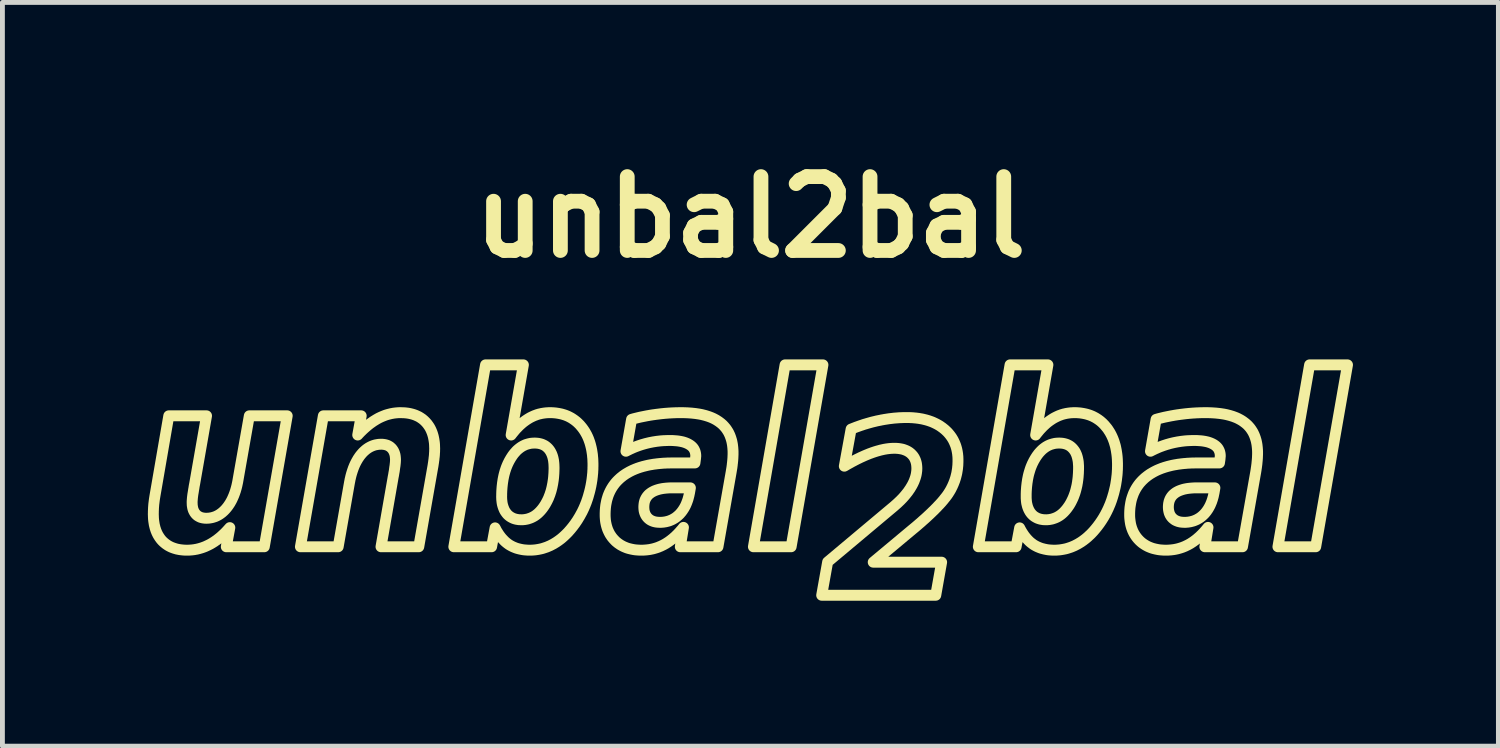
<source format=kicad_pcb>
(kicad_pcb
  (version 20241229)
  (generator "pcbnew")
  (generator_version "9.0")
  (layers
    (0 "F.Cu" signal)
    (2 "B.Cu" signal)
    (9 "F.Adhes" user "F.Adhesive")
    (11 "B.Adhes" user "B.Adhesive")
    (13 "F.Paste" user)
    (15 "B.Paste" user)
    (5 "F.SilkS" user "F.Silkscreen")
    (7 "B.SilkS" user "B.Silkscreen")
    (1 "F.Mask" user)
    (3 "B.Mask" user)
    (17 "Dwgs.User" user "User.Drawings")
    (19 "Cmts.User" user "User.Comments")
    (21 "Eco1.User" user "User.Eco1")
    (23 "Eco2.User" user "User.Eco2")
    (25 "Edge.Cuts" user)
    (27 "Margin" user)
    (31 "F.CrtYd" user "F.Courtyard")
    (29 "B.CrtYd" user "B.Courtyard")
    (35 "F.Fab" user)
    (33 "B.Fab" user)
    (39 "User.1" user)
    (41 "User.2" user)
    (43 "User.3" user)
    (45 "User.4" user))
  (footprint "unbal2bal"
    (layer "F.Cu")
    (at 12.427 6.851)
    (property "Reference" "unbal2bal" (at 0 -5.424 0) (layer "F.SilkS") (effects (font (size 1.524 1.524) (thickness 0.305))))
    (attr exclude_from_pos_files exclude_from_bom)
    (fp_poly (pts (xy 0.715 -2.376) (xy 1.496 -2.376) (xy 0.84 1.376) (xy 0.062 1.376) (xy 0.715 -2.376)) (stroke (width 0.225) (type solid)) (fill no) (layer "F.SilkS"))
    (fp_poly (pts (xy 11.533 -2.376) (xy 12.315 -2.376) (xy 11.659 1.376) (xy 10.88 1.376) (xy 11.533 -2.376)) (stroke (width 0.225) (type solid)) (fill no) (layer "F.SilkS"))
    (fp_poly (pts (xy -1.61 0.161) (xy -1.642 0.161) (xy -1.673 0.162) (xy -1.703 0.164) (xy -1.732 0.166) (xy -1.761 0.169) (xy -1.788 0.172) (xy -1.815 0.176) (xy -1.841 0.181) (xy -1.866 0.186) (xy -1.89 0.192) (xy -1.913 0.199) (xy -1.936 0.206) (xy -1.957 0.214) (xy -1.978 0.222) (xy -1.997 0.231) (xy -2.016 0.241) (xy -2.034 0.251) (xy -2.051 0.262) (xy -2.07 0.276) (xy -2.088 0.29) (xy -2.104 0.305) (xy -2.119 0.322) (xy -2.133 0.339) (xy -2.145 0.357) (xy -2.156 0.375) (xy -2.166 0.395) (xy -2.175 0.415) (xy -2.182 0.437) (xy -2.188 0.459) (xy -2.192 0.482) (xy -2.195 0.506) (xy -2.197 0.531) (xy -2.198 0.556) (xy -2.197 0.582) (xy -2.195 0.608) (xy -2.192 0.632) (xy -2.187 0.655) (xy -2.18 0.677) (xy -2.172 0.698) (xy -2.163 0.718) (xy -2.152 0.737) (xy -2.14 0.755) (xy -2.126 0.772) (xy -2.111 0.788) (xy -2.095 0.802) (xy -2.077 0.816) (xy -2.058 0.828) (xy -2.038 0.838) (xy -2.017 0.847) (xy -1.995 0.855) (xy -1.971 0.861) (xy -1.947 0.866) (xy -1.922 0.869) (xy -1.895 0.871) (xy -1.868 0.872) (xy -1.842 0.872) (xy -1.816 0.87) (xy -1.791 0.868) (xy -1.766 0.864) (xy -1.742 0.86) (xy -1.718 0.854) (xy -1.695 0.848) (xy -1.672 0.841) (xy -1.65 0.832) (xy -1.628 0.823) (xy -1.607 0.813) (xy -1.586 0.801) (xy -1.565 0.789) (xy -1.545 0.776) (xy -1.526 0.762) (xy -1.507 0.746) (xy -1.488 0.73) (xy -1.47 0.713) (xy -1.454 0.697) (xy -1.439 0.679) (xy -1.424 0.662) (xy -1.41 0.643) (xy -1.396 0.624) (xy -1.383 0.604) (xy -1.37 0.584) (xy -1.358 0.563) (xy -1.346 0.541) (xy -1.335 0.519) (xy -1.325 0.496) (xy -1.315 0.472) (xy -1.306 0.448) (xy -1.297 0.423) (xy -1.288 0.397) (xy -1.281 0.371) (xy -1.274 0.344) (xy -1.267 0.317) (xy -1.261 0.288) (xy -1.255 0.26) (xy -1.238 0.161) (xy -1.61 0.161)) (stroke (width 0.225) (type solid)) (fill no) (layer "F.SilkS"))
    (fp_poly (pts (xy 9.209 0.161) (xy 9.177 0.161) (xy 9.145 0.162) (xy 9.115 0.164) (xy 9.086 0.166) (xy 9.057 0.169) (xy 9.03 0.172) (xy 9.003 0.176) (xy 8.977 0.181) (xy 8.952 0.186) (xy 8.928 0.192) (xy 8.905 0.199) (xy 8.883 0.206) (xy 8.861 0.214) (xy 8.841 0.222) (xy 8.821 0.231) (xy 8.802 0.241) (xy 8.784 0.251) (xy 8.767 0.262) (xy 8.748 0.276) (xy 8.731 0.29) (xy 8.714 0.305) (xy 8.699 0.322) (xy 8.685 0.339) (xy 8.673 0.357) (xy 8.662 0.375) (xy 8.652 0.395) (xy 8.644 0.415) (xy 8.636 0.437) (xy 8.631 0.459) (xy 8.626 0.482) (xy 8.623 0.506) (xy 8.621 0.531) (xy 8.62 0.556) (xy 8.621 0.582) (xy 8.623 0.608) (xy 8.627 0.632) (xy 8.632 0.655) (xy 8.638 0.677) (xy 8.646 0.698) (xy 8.655 0.718) (xy 8.666 0.737) (xy 8.678 0.755) (xy 8.692 0.772) (xy 8.707 0.788) (xy 8.724 0.802) (xy 8.742 0.816) (xy 8.76 0.828) (xy 8.78 0.838) (xy 8.802 0.847) (xy 8.824 0.855) (xy 8.847 0.861) (xy 8.871 0.866) (xy 8.897 0.869) (xy 8.923 0.871) (xy 8.951 0.872) (xy 8.977 0.872) (xy 9.002 0.87) (xy 9.027 0.868) (xy 9.052 0.864) (xy 9.076 0.86) (xy 9.1 0.854) (xy 9.123 0.848) (xy 9.146 0.841) (xy 9.168 0.832) (xy 9.19 0.823) (xy 9.211 0.813) (xy 9.232 0.801) (xy 9.253 0.789) (xy 9.273 0.776) (xy 9.292 0.762) (xy 9.312 0.746) (xy 9.33 0.73) (xy 9.348 0.713) (xy 9.364 0.697) (xy 9.38 0.679) (xy 9.394 0.662) (xy 9.409 0.643) (xy 9.422 0.624) (xy 9.436 0.604) (xy 9.448 0.584) (xy 9.46 0.563) (xy 9.472 0.541) (xy 9.483 0.519) (xy 9.493 0.496) (xy 9.503 0.472) (xy 9.513 0.448) (xy 9.521 0.423) (xy 9.53 0.397) (xy 9.537 0.371) (xy 9.545 0.344) (xy 9.551 0.317) (xy 9.557 0.288) (xy 9.563 0.26) (xy 9.58 0.161) (xy 9.209 0.161)) (stroke (width 0.225) (type solid)) (fill no) (layer "F.SilkS"))
    (fp_poly (pts (xy -4.451 -0.763) (xy -4.473 -0.762) (xy -4.496 -0.761) (xy -4.518 -0.759) (xy -4.54 -0.756) (xy -4.562 -0.751) (xy -4.583 -0.746) (xy -4.604 -0.74) (xy -4.624 -0.734) (xy -4.645 -0.726) (xy -4.664 -0.717) (xy -4.684 -0.708) (xy -4.703 -0.697) (xy -4.722 -0.686) (xy -4.741 -0.673) (xy -4.759 -0.66) (xy -4.777 -0.646) (xy -4.795 -0.631) (xy -4.813 -0.615) (xy -4.83 -0.598) (xy -4.846 -0.58) (xy -4.863 -0.561) (xy -4.879 -0.542) (xy -4.895 -0.521) (xy -4.91 -0.5) (xy -4.925 -0.477) (xy -4.94 -0.454) (xy -4.951 -0.435) (xy -4.962 -0.416) (xy -4.973 -0.397) (xy -4.983 -0.377) (xy -4.993 -0.357) (xy -5.003 -0.337) (xy -5.012 -0.316) (xy -5.021 -0.295) (xy -5.03 -0.273) (xy -5.038 -0.252) (xy -5.046 -0.229) (xy -5.053 -0.207) (xy -5.061 -0.184) (xy -5.067 -0.161) (xy -5.074 -0.137) (xy -5.08 -0.114) (xy -5.086 -0.089) (xy -5.091 -0.065) (xy -5.096 -0.04) (xy -5.101 -0.015) (xy -5.105 0.011) (xy -5.109 0.037) (xy -5.113 0.063) (xy -5.116 0.09) (xy -5.119 0.116) (xy -5.122 0.144) (xy -5.124 0.171) (xy -5.126 0.199) (xy -5.128 0.228) (xy -5.129 0.256) (xy -5.13 0.285) (xy -5.13 0.314) (xy -5.131 0.344) (xy -5.13 0.373) (xy -5.129 0.402) (xy -5.126 0.429) (xy -5.123 0.456) (xy -5.119 0.482) (xy -5.114 0.506) (xy -5.107 0.531) (xy -5.1 0.554) (xy -5.092 0.576) (xy -5.083 0.598) (xy -5.074 0.619) (xy -5.063 0.639) (xy -5.051 0.658) (xy -5.038 0.676) (xy -5.024 0.694) (xy -5.009 0.711) (xy -4.992 0.727) (xy -4.974 0.742) (xy -4.956 0.755) (xy -4.936 0.767) (xy -4.916 0.778) (xy -4.895 0.788) (xy -4.874 0.796) (xy -4.851 0.803) (xy -4.828 0.809) (xy -4.803 0.813) (xy -4.778 0.817) (xy -4.752 0.818) (xy -4.725 0.819) (xy -4.702 0.819) (xy -4.679 0.817) (xy -4.656 0.815) (xy -4.634 0.811) (xy -4.612 0.807) (xy -4.59 0.802) (xy -4.569 0.795) (xy -4.548 0.788) (xy -4.527 0.78) (xy -4.507 0.771) (xy -4.487 0.761) (xy -4.467 0.75) (xy -4.447 0.738) (xy -4.428 0.725) (xy -4.41 0.711) (xy -4.391 0.696) (xy -4.373 0.68) (xy -4.356 0.663) (xy -4.338 0.645) (xy -4.321 0.626) (xy -4.304 0.606) (xy -4.288 0.586) (xy -4.272 0.564) (xy -4.256 0.541) (xy -4.241 0.518) (xy -4.229 0.499) (xy -4.218 0.479) (xy -4.207 0.459) (xy -4.196 0.439) (xy -4.186 0.419) (xy -4.176 0.398) (xy -4.166 0.377) (xy -4.157 0.355) (xy -4.149 0.333) (xy -4.14 0.311) (xy -4.132 0.289) (xy -4.125 0.266) (xy -4.117 0.243) (xy -4.11 0.219) (xy -4.104 0.196) (xy -4.098 0.172) (xy -4.092 0.147) (xy -4.087 0.122) (xy -4.082 0.097) (xy -4.077 0.072) (xy -4.073 0.046) (xy -4.069 0.02) (xy -4.065 -0.006) (xy -4.062 -0.033) (xy -4.059 -0.06) (xy -4.057 -0.088) (xy -4.055 -0.115) (xy -4.053 -0.143) (xy -4.052 -0.172) (xy -4.051 -0.2) (xy -4.05 -0.229) (xy -4.05 -0.259) (xy -4.051 -0.289) (xy -4.052 -0.318) (xy -4.054 -0.347) (xy -4.057 -0.374) (xy -4.06 -0.401) (xy -4.065 -0.427) (xy -4.07 -0.451) (xy -4.076 -0.475) (xy -4.083 -0.498) (xy -4.091 -0.52) (xy -4.099 -0.541) (xy -4.109 -0.561) (xy -4.119 -0.581) (xy -4.13 -0.599) (xy -4.141 -0.616) (xy -4.154 -0.633) (xy -4.169 -0.651) (xy -4.185 -0.667) (xy -4.202 -0.682) (xy -4.219 -0.696) (xy -4.238 -0.709) (xy -4.258 -0.72) (xy -4.279 -0.73) (xy -4.3 -0.739) (xy -4.323 -0.746) (xy -4.347 -0.752) (xy -4.371 -0.757) (xy -4.397 -0.76) (xy -4.423 -0.762) (xy -4.451 -0.763)) (stroke (width 0.225) (type solid)) (fill no) (layer "F.SilkS"))
    (fp_poly (pts (xy 6.368 -0.763) (xy 6.345 -0.762) (xy 6.322 -0.761) (xy 6.3 -0.759) (xy 6.278 -0.756) (xy 6.257 -0.751) (xy 6.235 -0.746) (xy 6.215 -0.74) (xy 6.194 -0.734) (xy 6.174 -0.726) (xy 6.154 -0.717) (xy 6.134 -0.708) (xy 6.115 -0.697) (xy 6.096 -0.686) (xy 6.077 -0.673) (xy 6.059 -0.66) (xy 6.041 -0.646) (xy 6.023 -0.631) (xy 6.006 -0.615) (xy 5.989 -0.598) (xy 5.972 -0.58) (xy 5.955 -0.561) (xy 5.939 -0.542) (xy 5.924 -0.521) (xy 5.908 -0.5) (xy 5.893 -0.477) (xy 5.878 -0.454) (xy 5.867 -0.435) (xy 5.856 -0.416) (xy 5.845 -0.397) (xy 5.835 -0.377) (xy 5.825 -0.357) (xy 5.815 -0.337) (xy 5.806 -0.316) (xy 5.797 -0.295) (xy 5.788 -0.273) (xy 5.78 -0.252) (xy 5.772 -0.229) (xy 5.765 -0.207) (xy 5.758 -0.184) (xy 5.751 -0.161) (xy 5.744 -0.137) (xy 5.738 -0.114) (xy 5.732 -0.089) (xy 5.727 -0.065) (xy 5.722 -0.04) (xy 5.717 -0.015) (xy 5.713 0.011) (xy 5.709 0.037) (xy 5.705 0.063) (xy 5.702 0.09) (xy 5.699 0.116) (xy 5.696 0.144) (xy 5.694 0.171) (xy 5.692 0.199) (xy 5.69 0.228) (xy 5.689 0.256) (xy 5.688 0.285) (xy 5.688 0.314) (xy 5.688 0.344) (xy 5.688 0.373) (xy 5.69 0.402) (xy 5.692 0.429) (xy 5.695 0.456) (xy 5.699 0.482) (xy 5.705 0.506) (xy 5.711 0.531) (xy 5.718 0.554) (xy 5.726 0.576) (xy 5.735 0.598) (xy 5.745 0.619) (xy 5.756 0.639) (xy 5.767 0.658) (xy 5.78 0.676) (xy 5.794 0.694) (xy 5.81 0.711) (xy 5.826 0.727) (xy 5.844 0.742) (xy 5.862 0.755) (xy 5.882 0.767) (xy 5.902 0.778) (xy 5.923 0.788) (xy 5.945 0.796) (xy 5.967 0.803) (xy 5.991 0.809) (xy 6.015 0.813) (xy 6.04 0.817) (xy 6.066 0.818) (xy 6.093 0.819) (xy 6.116 0.819) (xy 6.139 0.817) (xy 6.162 0.815) (xy 6.184 0.811) (xy 6.206 0.807) (xy 6.228 0.802) (xy 6.249 0.795) (xy 6.27 0.788) (xy 6.291 0.78) (xy 6.312 0.771) (xy 6.332 0.761) (xy 6.351 0.75) (xy 6.371 0.738) (xy 6.39 0.725) (xy 6.409 0.711) (xy 6.427 0.696) (xy 6.445 0.68) (xy 6.463 0.663) (xy 6.48 0.645) (xy 6.497 0.626) (xy 6.514 0.606) (xy 6.53 0.586) (xy 6.546 0.564) (xy 6.562 0.541) (xy 6.578 0.518) (xy 6.589 0.499) (xy 6.601 0.479) (xy 6.612 0.459) (xy 6.622 0.439) (xy 6.632 0.419) (xy 6.642 0.398) (xy 6.652 0.377) (xy 6.661 0.355) (xy 6.67 0.333) (xy 6.678 0.311) (xy 6.686 0.289) (xy 6.694 0.266) (xy 6.701 0.243) (xy 6.708 0.219) (xy 6.714 0.196) (xy 6.72 0.172) (xy 6.726 0.147) (xy 6.732 0.122) (xy 6.737 0.097) (xy 6.741 0.072) (xy 6.746 0.046) (xy 6.749 0.02) (xy 6.753 -0.006) (xy 6.756 -0.033) (xy 6.759 -0.06) (xy 6.761 -0.088) (xy 6.763 -0.115) (xy 6.765 -0.143) (xy 6.766 -0.172) (xy 6.767 -0.2) (xy 6.768 -0.229) (xy 6.768 -0.259) (xy 6.768 -0.289) (xy 6.766 -0.318) (xy 6.764 -0.347) (xy 6.762 -0.374) (xy 6.758 -0.401) (xy 6.753 -0.427) (xy 6.748 -0.451) (xy 6.742 -0.475) (xy 6.735 -0.498) (xy 6.728 -0.52) (xy 6.719 -0.541) (xy 6.71 -0.561) (xy 6.7 -0.581) (xy 6.689 -0.599) (xy 6.677 -0.616) (xy 6.664 -0.633) (xy 6.649 -0.651) (xy 6.633 -0.667) (xy 6.617 -0.682) (xy 6.599 -0.696) (xy 6.58 -0.709) (xy 6.56 -0.72) (xy 6.54 -0.73) (xy 6.518 -0.739) (xy 6.495 -0.746) (xy 6.472 -0.752) (xy 6.447 -0.757) (xy 6.422 -0.76) (xy 6.395 -0.762) (xy 6.368 -0.763)) (stroke (width 0.225) (type solid)) (fill no) (layer "F.SilkS"))
    (fp_poly (pts (xy -12.281 0.325) (xy -11.996 -1.325) (xy -11.217 -1.325) (xy -11.463 0.081) (xy -11.469 0.111) (xy -11.474 0.14) (xy -11.478 0.168) (xy -11.483 0.195) (xy -11.487 0.221) (xy -11.491 0.246) (xy -11.495 0.27) (xy -11.499 0.293) (xy -11.502 0.315) (xy -11.506 0.346) (xy -11.509 0.375) (xy -11.511 0.401) (xy -11.513 0.426) (xy -11.514 0.447) (xy -11.514 0.467) (xy -11.513 0.494) (xy -11.512 0.52) (xy -11.508 0.545) (xy -11.504 0.569) (xy -11.499 0.591) (xy -11.492 0.613) (xy -11.484 0.633) (xy -11.474 0.652) (xy -11.464 0.67) (xy -11.452 0.687) (xy -11.439 0.703) (xy -11.423 0.719) (xy -11.406 0.734) (xy -11.387 0.746) (xy -11.367 0.757) (xy -11.346 0.767) (xy -11.324 0.774) (xy -11.3 0.78) (xy -11.276 0.784) (xy -11.25 0.787) (xy -11.222 0.788) (xy -11.198 0.787) (xy -11.175 0.786) (xy -11.151 0.783) (xy -11.128 0.779) (xy -11.106 0.775) (xy -11.084 0.769) (xy -11.062 0.762) (xy -11.04 0.755) (xy -11.019 0.746) (xy -10.998 0.736) (xy -10.977 0.725) (xy -10.957 0.713) (xy -10.937 0.7) (xy -10.918 0.686) (xy -10.898 0.671) (xy -10.88 0.655) (xy -10.861 0.638) (xy -10.843 0.62) (xy -10.825 0.601) (xy -10.807 0.58) (xy -10.794 0.564) (xy -10.78 0.546) (xy -10.767 0.528) (xy -10.755 0.51) (xy -10.742 0.491) (xy -10.73 0.472) (xy -10.719 0.452) (xy -10.707 0.431) (xy -10.696 0.41) (xy -10.686 0.389) (xy -10.676 0.367) (xy -10.666 0.344) (xy -10.656 0.321) (xy -10.647 0.297) (xy -10.638 0.273) (xy -10.63 0.249) (xy -10.621 0.224) (xy -10.614 0.198) (xy -10.606 0.172) (xy -10.599 0.145) (xy -10.592 0.118) (xy -10.586 0.09) (xy -10.58 0.062) (xy -10.574 0.033) (xy -10.569 0.004) (xy -10.335 -1.325) (xy -9.553 -1.325) (xy -10.026 1.376) (xy -10.81 1.376) (xy -10.737 0.981) (xy -10.756 1.002) (xy -10.774 1.022) (xy -10.792 1.042) (xy -10.811 1.062) (xy -10.829 1.081) (xy -10.848 1.1) (xy -10.867 1.118) (xy -10.886 1.135) (xy -10.904 1.152) (xy -10.923 1.169) (xy -10.942 1.185) (xy -10.962 1.201) (xy -10.981 1.216) (xy -11 1.231) (xy -11.019 1.245) (xy -11.039 1.258) (xy -11.058 1.272) (xy -11.078 1.284) (xy -11.098 1.297) (xy -11.117 1.308) (xy -11.137 1.32) (xy -11.157 1.33) (xy -11.18 1.342) (xy -11.204 1.353) (xy -11.227 1.364) (xy -11.25 1.374) (xy -11.274 1.383) (xy -11.298 1.392) (xy -11.322 1.4) (xy -11.346 1.407) (xy -11.37 1.414) (xy -11.394 1.42) (xy -11.418 1.426) (xy -11.443 1.43) (xy -11.468 1.435) (xy -11.492 1.438) (xy -11.517 1.441) (xy -11.542 1.443) (xy -11.567 1.445) (xy -11.592 1.446) (xy -11.618 1.446) (xy -11.646 1.446) (xy -11.674 1.445) (xy -11.702 1.443) (xy -11.729 1.44) (xy -11.755 1.437) (xy -11.781 1.433) (xy -11.806 1.428) (xy -11.831 1.423) (xy -11.855 1.416) (xy -11.879 1.409) (xy -11.902 1.401) (xy -11.924 1.393) (xy -11.946 1.384) (xy -11.967 1.374) (xy -11.988 1.363) (xy -12.008 1.352) (xy -12.028 1.339) (xy -12.047 1.326) (xy -12.065 1.313) (xy -12.083 1.298) (xy -12.101 1.283) (xy -12.118 1.267) (xy -12.134 1.251) (xy -12.149 1.234) (xy -12.163 1.217) (xy -12.176 1.199) (xy -12.189 1.181) (xy -12.201 1.162) (xy -12.213 1.143) (xy -12.224 1.123) (xy -12.234 1.103) (xy -12.244 1.082) (xy -12.253 1.06) (xy -12.262 1.038) (xy -12.269 1.015) (xy -12.277 0.992) (xy -12.283 0.968) (xy -12.289 0.944) (xy -12.295 0.919) (xy -12.299 0.893) (xy -12.303 0.867) (xy -12.307 0.84) (xy -12.31 0.813) (xy -12.312 0.785) (xy -12.313 0.757) (xy -12.314 0.728) (xy -12.315 0.699) (xy -12.314 0.674) (xy -12.314 0.65) (xy -12.313 0.624) (xy -12.312 0.599) (xy -12.311 0.573) (xy -12.309 0.547) (xy -12.307 0.52) (xy -12.305 0.496) (xy -12.302 0.473) (xy -12.299 0.449) (xy -12.296 0.424) (xy -12.293 0.4) (xy -12.289 0.375) (xy -12.285 0.35) (xy -12.281 0.325) (xy -12.281 0.325)) (stroke (width 0.225) (type solid)) (fill no) (layer "F.SilkS"))
    (fp_poly (pts (xy -6.551 -0.268) (xy -6.84 1.376) (xy -7.619 1.376) (xy -7.373 -0.032) (xy -7.368 -0.062) (xy -7.362 -0.091) (xy -7.357 -0.119) (xy -7.353 -0.146) (xy -7.348 -0.171) (xy -7.344 -0.196) (xy -7.341 -0.22) (xy -7.338 -0.242) (xy -7.335 -0.264) (xy -7.33 -0.295) (xy -7.327 -0.323) (xy -7.324 -0.35) (xy -7.322 -0.374) (xy -7.321 -0.396) (xy -7.32 -0.416) (xy -7.321 -0.443) (xy -7.323 -0.469) (xy -7.326 -0.495) (xy -7.33 -0.519) (xy -7.336 -0.541) (xy -7.343 -0.563) (xy -7.352 -0.584) (xy -7.361 -0.603) (xy -7.372 -0.621) (xy -7.384 -0.638) (xy -7.397 -0.654) (xy -7.414 -0.67) (xy -7.431 -0.685) (xy -7.449 -0.697) (xy -7.469 -0.708) (xy -7.49 -0.718) (xy -7.513 -0.725) (xy -7.536 -0.731) (xy -7.561 -0.735) (xy -7.587 -0.738) (xy -7.614 -0.739) (xy -7.638 -0.738) (xy -7.662 -0.737) (xy -7.685 -0.734) (xy -7.708 -0.73) (xy -7.731 -0.726) (xy -7.753 -0.72) (xy -7.775 -0.713) (xy -7.797 -0.705) (xy -7.818 -0.696) (xy -7.839 -0.686) (xy -7.859 -0.675) (xy -7.88 -0.663) (xy -7.899 -0.65) (xy -7.919 -0.636) (xy -7.938 -0.621) (xy -7.957 -0.604) (xy -7.976 -0.587) (xy -7.994 -0.569) (xy -8.012 -0.549) (xy -8.029 -0.529) (xy -8.043 -0.512) (xy -8.056 -0.495) (xy -8.069 -0.477) (xy -8.081 -0.458) (xy -8.094 -0.44) (xy -8.105 -0.42) (xy -8.117 -0.4) (xy -8.128 -0.38) (xy -8.139 -0.359) (xy -8.15 -0.337) (xy -8.16 -0.315) (xy -8.17 -0.293) (xy -8.179 -0.27) (xy -8.189 -0.246) (xy -8.197 -0.222) (xy -8.206 -0.197) (xy -8.214 -0.172) (xy -8.222 -0.147) (xy -8.23 -0.12) (xy -8.237 -0.094) (xy -8.244 -0.067) (xy -8.25 -0.039) (xy -8.257 -0.011) (xy -8.262 0.018) (xy -8.268 0.047) (xy -8.502 1.376) (xy -9.281 1.376) (xy -8.808 -1.325) (xy -8.027 -1.325) (xy -8.099 -0.929) (xy -8.08 -0.95) (xy -8.06 -0.971) (xy -8.041 -0.991) (xy -8.021 -1.01) (xy -8.002 -1.029) (xy -7.982 -1.048) (xy -7.962 -1.066) (xy -7.943 -1.083) (xy -7.923 -1.1) (xy -7.904 -1.117) (xy -7.884 -1.133) (xy -7.864 -1.149) (xy -7.845 -1.164) (xy -7.825 -1.178) (xy -7.805 -1.192) (xy -7.786 -1.206) (xy -7.766 -1.219) (xy -7.746 -1.231) (xy -7.727 -1.243) (xy -7.707 -1.255) (xy -7.687 -1.266) (xy -7.668 -1.277) (xy -7.645 -1.288) (xy -7.622 -1.299) (xy -7.599 -1.309) (xy -7.575 -1.319) (xy -7.552 -1.328) (xy -7.529 -1.337) (xy -7.505 -1.345) (xy -7.481 -1.352) (xy -7.458 -1.358) (xy -7.434 -1.364) (xy -7.41 -1.37) (xy -7.386 -1.374) (xy -7.362 -1.379) (xy -7.337 -1.382) (xy -7.313 -1.385) (xy -7.288 -1.387) (xy -7.264 -1.389) (xy -7.239 -1.39) (xy -7.214 -1.39) (xy -7.185 -1.389) (xy -7.157 -1.388) (xy -7.129 -1.387) (xy -7.101 -1.384) (xy -7.075 -1.381) (xy -7.049 -1.377) (xy -7.023 -1.372) (xy -6.998 -1.366) (xy -6.974 -1.36) (xy -6.95 -1.353) (xy -6.927 -1.345) (xy -6.905 -1.337) (xy -6.883 -1.327) (xy -6.861 -1.317) (xy -6.84 -1.307) (xy -6.82 -1.295) (xy -6.801 -1.283) (xy -6.782 -1.27) (xy -6.763 -1.257) (xy -6.746 -1.242) (xy -6.728 -1.227) (xy -6.712 -1.211) (xy -6.696 -1.195) (xy -6.681 -1.178) (xy -6.666 -1.161) (xy -6.653 -1.143) (xy -6.64 -1.125) (xy -6.627 -1.106) (xy -6.615 -1.087) (xy -6.604 -1.067) (xy -6.594 -1.047) (xy -6.584 -1.026) (xy -6.575 -1.004) (xy -6.566 -0.982) (xy -6.558 -0.959) (xy -6.551 -0.936) (xy -6.544 -0.912) (xy -6.538 -0.888) (xy -6.533 -0.863) (xy -6.528 -0.838) (xy -6.524 -0.812) (xy -6.52 -0.785) (xy -6.517 -0.758) (xy -6.515 -0.731) (xy -6.514 -0.703) (xy -6.513 -0.674) (xy -6.512 -0.645) (xy -6.513 -0.622) (xy -6.513 -0.599) (xy -6.514 -0.575) (xy -6.516 -0.551) (xy -6.517 -0.526) (xy -6.519 -0.5) (xy -6.522 -0.473) (xy -6.525 -0.45) (xy -6.527 -0.425) (xy -6.531 -0.401) (xy -6.534 -0.375) (xy -6.538 -0.349) (xy -6.542 -0.323) (xy -6.546 -0.296) (xy -6.551 -0.268) (xy -6.551 -0.268)) (stroke (width 0.225) (type solid)) (fill no) (layer "F.SilkS"))
    (fp_poly (pts (xy -5.266 0.986) (xy -5.338 1.376) (xy -6.117 1.376) (xy -5.463 -2.376) (xy -4.682 -2.376) (xy -4.935 -0.929) (xy -4.917 -0.953) (xy -4.899 -0.975) (xy -4.881 -0.997) (xy -4.863 -1.019) (xy -4.845 -1.04) (xy -4.827 -1.06) (xy -4.808 -1.079) (xy -4.79 -1.098) (xy -4.771 -1.117) (xy -4.753 -1.134) (xy -4.734 -1.151) (xy -4.715 -1.168) (xy -4.696 -1.184) (xy -4.677 -1.199) (xy -4.658 -1.213) (xy -4.639 -1.227) (xy -4.62 -1.24) (xy -4.6 -1.253) (xy -4.581 -1.265) (xy -4.561 -1.277) (xy -4.54 -1.289) (xy -4.518 -1.3) (xy -4.495 -1.311) (xy -4.473 -1.321) (xy -4.45 -1.331) (xy -4.427 -1.339) (xy -4.404 -1.348) (xy -4.381 -1.355) (xy -4.357 -1.362) (xy -4.333 -1.367) (xy -4.309 -1.373) (xy -4.285 -1.377) (xy -4.26 -1.381) (xy -4.236 -1.384) (xy -4.211 -1.387) (xy -4.186 -1.388) (xy -4.16 -1.39) (xy -4.135 -1.39) (xy -4.107 -1.39) (xy -4.081 -1.389) (xy -4.054 -1.387) (xy -4.028 -1.385) (xy -4.003 -1.382) (xy -3.977 -1.378) (xy -3.953 -1.374) (xy -3.928 -1.369) (xy -3.904 -1.364) (xy -3.88 -1.358) (xy -3.857 -1.351) (xy -3.834 -1.344) (xy -3.811 -1.336) (xy -3.789 -1.327) (xy -3.767 -1.318) (xy -3.746 -1.308) (xy -3.725 -1.297) (xy -3.704 -1.286) (xy -3.684 -1.274) (xy -3.664 -1.261) (xy -3.645 -1.248) (xy -3.625 -1.234) (xy -3.607 -1.22) (xy -3.588 -1.205) (xy -3.57 -1.189) (xy -3.553 -1.173) (xy -3.535 -1.155) (xy -3.518 -1.138) (xy -3.502 -1.119) (xy -3.486 -1.1) (xy -3.472 -1.083) (xy -3.459 -1.066) (xy -3.446 -1.048) (xy -3.433 -1.029) (xy -3.421 -1.011) (xy -3.409 -0.992) (xy -3.398 -0.972) (xy -3.387 -0.953) (xy -3.376 -0.933) (xy -3.366 -0.912) (xy -3.356 -0.891) (xy -3.347 -0.87) (xy -3.338 -0.849) (xy -3.33 -0.827) (xy -3.322 -0.804) (xy -3.314 -0.782) (xy -3.307 -0.759) (xy -3.3 -0.735) (xy -3.294 -0.712) (xy -3.288 -0.687) (xy -3.282 -0.663) (xy -3.277 -0.638) (xy -3.272 -0.613) (xy -3.268 -0.587) (xy -3.264 -0.561) (xy -3.26 -0.535) (xy -3.257 -0.509) (xy -3.255 -0.482) (xy -3.252 -0.454) (xy -3.25 -0.426) (xy -3.249 -0.398) (xy -3.248 -0.37) (xy -3.247 -0.341) (xy -3.247 -0.312) (xy -3.247 -0.286) (xy -3.248 -0.26) (xy -3.248 -0.234) (xy -3.249 -0.209) (xy -3.251 -0.183) (xy -3.252 -0.157) (xy -3.254 -0.132) (xy -3.257 -0.106) (xy -3.259 -0.081) (xy -3.262 -0.056) (xy -3.265 -0.03) (xy -3.268 -0.005) (xy -3.272 0.02) (xy -3.276 0.045) (xy -3.28 0.07) (xy -3.285 0.095) (xy -3.289 0.12) (xy -3.295 0.145) (xy -3.3 0.17) (xy -3.306 0.195) (xy -3.312 0.22) (xy -3.318 0.244) (xy -3.325 0.269) (xy -3.332 0.293) (xy -3.339 0.319) (xy -3.346 0.344) (xy -3.354 0.369) (xy -3.362 0.394) (xy -3.371 0.419) (xy -3.379 0.443) (xy -3.388 0.468) (xy -3.398 0.492) (xy -3.407 0.516) (xy -3.417 0.539) (xy -3.427 0.563) (xy -3.437 0.586) (xy -3.448 0.609) (xy -3.459 0.632) (xy -3.47 0.655) (xy -3.482 0.677) (xy -3.494 0.699) (xy -3.506 0.721) (xy -3.518 0.743) (xy -3.531 0.765) (xy -3.544 0.786) (xy -3.557 0.808) (xy -3.57 0.829) (xy -3.586 0.853) (xy -3.602 0.876) (xy -3.618 0.9) (xy -3.635 0.922) (xy -3.651 0.944) (xy -3.668 0.966) (xy -3.685 0.987) (xy -3.702 1.008) (xy -3.719 1.028) (xy -3.737 1.048) (xy -3.754 1.068) (xy -3.772 1.087) (xy -3.79 1.105) (xy -3.808 1.123) (xy -3.826 1.14) (xy -3.844 1.157) (xy -3.863 1.174) (xy -3.881 1.19) (xy -3.9 1.206) (xy -3.919 1.221) (xy -3.938 1.235) (xy -3.958 1.25) (xy -3.977 1.263) (xy -3.997 1.277) (xy -4.016 1.289) (xy -4.039 1.303) (xy -4.062 1.317) (xy -4.085 1.329) (xy -4.108 1.341) (xy -4.131 1.353) (xy -4.155 1.363) (xy -4.178 1.373) (xy -4.202 1.383) (xy -4.226 1.391) (xy -4.25 1.399) (xy -4.274 1.407) (xy -4.298 1.414) (xy -4.323 1.42) (xy -4.347 1.425) (xy -4.372 1.43) (xy -4.397 1.434) (xy -4.422 1.438) (xy -4.447 1.441) (xy -4.472 1.443) (xy -4.498 1.445) (xy -4.524 1.446) (xy -4.549 1.446) (xy -4.577 1.446) (xy -4.604 1.445) (xy -4.63 1.443) (xy -4.656 1.441) (xy -4.682 1.438) (xy -4.707 1.434) (xy -4.732 1.429) (xy -4.756 1.424) (xy -4.78 1.418) (xy -4.803 1.412) (xy -4.826 1.405) (xy -4.848 1.397) (xy -4.87 1.388) (xy -4.892 1.379) (xy -4.913 1.369) (xy -4.934 1.358) (xy -4.954 1.347) (xy -4.974 1.335) (xy -4.993 1.322) (xy -5.012 1.308) (xy -5.03 1.294) (xy -5.048 1.279) (xy -5.066 1.263) (xy -5.083 1.246) (xy -5.1 1.228) (xy -5.117 1.21) (xy -5.134 1.191) (xy -5.15 1.171) (xy -5.165 1.151) (xy -5.181 1.129) (xy -5.196 1.107) (xy -5.21 1.084) (xy -5.225 1.061) (xy -5.239 1.037) (xy -5.252 1.011) (xy -5.266 0.986) (xy -5.266 0.986)) (stroke (width 0.225) (type solid)) (fill no) (layer "F.SilkS"))
    (fp_poly (pts (xy 5.553 0.986) (xy 5.48 1.376) (xy 4.701 1.376) (xy 5.355 -2.376) (xy 6.136 -2.376) (xy 5.883 -0.929) (xy 5.901 -0.953) (xy 5.919 -0.975) (xy 5.937 -0.997) (xy 5.955 -1.019) (xy 5.973 -1.04) (xy 5.992 -1.06) (xy 6.01 -1.079) (xy 6.028 -1.098) (xy 6.047 -1.117) (xy 6.066 -1.134) (xy 6.084 -1.151) (xy 6.103 -1.168) (xy 6.122 -1.184) (xy 6.141 -1.199) (xy 6.16 -1.213) (xy 6.179 -1.227) (xy 6.199 -1.24) (xy 6.218 -1.253) (xy 6.237 -1.265) (xy 6.257 -1.277) (xy 6.279 -1.289) (xy 6.301 -1.3) (xy 6.323 -1.311) (xy 6.345 -1.321) (xy 6.368 -1.331) (xy 6.391 -1.339) (xy 6.414 -1.348) (xy 6.438 -1.355) (xy 6.461 -1.362) (xy 6.485 -1.367) (xy 6.509 -1.373) (xy 6.533 -1.377) (xy 6.558 -1.381) (xy 6.583 -1.384) (xy 6.607 -1.387) (xy 6.633 -1.388) (xy 6.658 -1.39) (xy 6.684 -1.39) (xy 6.711 -1.39) (xy 6.738 -1.389) (xy 6.764 -1.387) (xy 6.79 -1.385) (xy 6.816 -1.382) (xy 6.841 -1.378) (xy 6.866 -1.374) (xy 6.89 -1.369) (xy 6.914 -1.364) (xy 6.938 -1.358) (xy 6.961 -1.351) (xy 6.984 -1.344) (xy 7.007 -1.336) (xy 7.029 -1.327) (xy 7.051 -1.318) (xy 7.072 -1.308) (xy 7.093 -1.297) (xy 7.114 -1.286) (xy 7.134 -1.274) (xy 7.154 -1.261) (xy 7.174 -1.248) (xy 7.193 -1.234) (xy 7.212 -1.22) (xy 7.23 -1.205) (xy 7.248 -1.189) (xy 7.266 -1.173) (xy 7.283 -1.155) (xy 7.3 -1.138) (xy 7.316 -1.119) (xy 7.332 -1.1) (xy 7.346 -1.083) (xy 7.36 -1.066) (xy 7.373 -1.048) (xy 7.385 -1.029) (xy 7.397 -1.011) (xy 7.409 -0.992) (xy 7.421 -0.972) (xy 7.431 -0.953) (xy 7.442 -0.933) (xy 7.452 -0.912) (xy 7.462 -0.891) (xy 7.471 -0.87) (xy 7.48 -0.849) (xy 7.488 -0.827) (xy 7.497 -0.804) (xy 7.504 -0.782) (xy 7.511 -0.759) (xy 7.518 -0.735) (xy 7.525 -0.712) (xy 7.531 -0.687) (xy 7.536 -0.663) (xy 7.541 -0.638) (xy 7.546 -0.613) (xy 7.55 -0.587) (xy 7.554 -0.561) (xy 7.558 -0.535) (xy 7.561 -0.509) (xy 7.564 -0.482) (xy 7.566 -0.454) (xy 7.568 -0.426) (xy 7.569 -0.398) (xy 7.57 -0.37) (xy 7.571 -0.341) (xy 7.571 -0.312) (xy 7.571 -0.286) (xy 7.57 -0.26) (xy 7.57 -0.234) (xy 7.569 -0.209) (xy 7.567 -0.183) (xy 7.566 -0.157) (xy 7.564 -0.132) (xy 7.562 -0.106) (xy 7.559 -0.081) (xy 7.556 -0.056) (xy 7.553 -0.03) (xy 7.55 -0.005) (xy 7.546 0.02) (xy 7.542 0.045) (xy 7.538 0.07) (xy 7.534 0.095) (xy 7.529 0.12) (xy 7.524 0.145) (xy 7.518 0.17) (xy 7.512 0.195) (xy 7.506 0.22) (xy 7.5 0.244) (xy 7.494 0.269) (xy 7.487 0.293) (xy 7.479 0.319) (xy 7.472 0.344) (xy 7.464 0.369) (xy 7.456 0.394) (xy 7.448 0.419) (xy 7.439 0.443) (xy 7.43 0.468) (xy 7.421 0.492) (xy 7.411 0.516) (xy 7.401 0.539) (xy 7.391 0.563) (xy 7.381 0.586) (xy 7.37 0.609) (xy 7.359 0.632) (xy 7.348 0.655) (xy 7.336 0.677) (xy 7.325 0.699) (xy 7.313 0.721) (xy 7.3 0.743) (xy 7.288 0.765) (xy 7.275 0.786) (xy 7.261 0.808) (xy 7.248 0.829) (xy 7.232 0.853) (xy 7.216 0.876) (xy 7.2 0.9) (xy 7.183 0.922) (xy 7.167 0.944) (xy 7.15 0.966) (xy 7.133 0.987) (xy 7.116 1.008) (xy 7.099 1.028) (xy 7.082 1.048) (xy 7.064 1.068) (xy 7.046 1.087) (xy 7.029 1.105) (xy 7.011 1.123) (xy 6.992 1.14) (xy 6.974 1.157) (xy 6.956 1.174) (xy 6.937 1.19) (xy 6.918 1.206) (xy 6.899 1.221) (xy 6.88 1.235) (xy 6.861 1.25) (xy 6.841 1.263) (xy 6.822 1.277) (xy 6.802 1.289) (xy 6.779 1.303) (xy 6.756 1.317) (xy 6.733 1.329) (xy 6.71 1.341) (xy 6.687 1.353) (xy 6.664 1.363) (xy 6.64 1.373) (xy 6.616 1.383) (xy 6.593 1.391) (xy 6.569 1.399) (xy 6.544 1.407) (xy 6.52 1.414) (xy 6.496 1.42) (xy 6.471 1.425) (xy 6.446 1.43) (xy 6.421 1.434) (xy 6.396 1.438) (xy 6.371 1.441) (xy 6.346 1.443) (xy 6.32 1.445) (xy 6.295 1.446) (xy 6.269 1.446) (xy 6.241 1.446) (xy 6.215 1.445) (xy 6.188 1.443) (xy 6.162 1.441) (xy 6.136 1.438) (xy 6.111 1.434) (xy 6.087 1.429) (xy 6.062 1.424) (xy 6.039 1.418) (xy 6.015 1.412) (xy 5.992 1.405) (xy 5.97 1.397) (xy 5.948 1.388) (xy 5.926 1.379) (xy 5.905 1.369) (xy 5.884 1.358) (xy 5.864 1.347) (xy 5.844 1.335) (xy 5.825 1.322) (xy 5.807 1.308) (xy 5.788 1.294) (xy 5.77 1.279) (xy 5.752 1.263) (xy 5.735 1.246) (xy 5.718 1.228) (xy 5.701 1.21) (xy 5.685 1.191) (xy 5.669 1.171) (xy 5.653 1.151) (xy 5.638 1.129) (xy 5.623 1.107) (xy 5.608 1.084) (xy 5.594 1.061) (xy 5.58 1.037) (xy 5.566 1.011) (xy 5.553 0.986) (xy 5.553 0.986)) (stroke (width 0.225) (type solid)) (fill no) (layer "F.SilkS"))
    (fp_poly (pts (xy 2.533 1.694) (xy 3.944 1.694) (xy 3.823 2.376) (xy 1.47 2.376) (xy 1.593 1.689) (xy 2.97 0.534) (xy 2.992 0.514) (xy 3.014 0.495) (xy 3.035 0.476) (xy 3.056 0.456) (xy 3.076 0.437) (xy 3.096 0.418) (xy 3.115 0.398) (xy 3.134 0.379) (xy 3.152 0.359) (xy 3.169 0.34) (xy 3.186 0.32) (xy 3.202 0.301) (xy 3.218 0.281) (xy 3.234 0.261) (xy 3.249 0.242) (xy 3.263 0.222) (xy 3.276 0.202) (xy 3.29 0.183) (xy 3.302 0.163) (xy 3.314 0.143) (xy 3.329 0.118) (xy 3.342 0.094) (xy 3.355 0.069) (xy 3.366 0.045) (xy 3.377 0.021) (xy 3.386 -0.004) (xy 3.395 -0.028) (xy 3.403 -0.052) (xy 3.41 -0.076) (xy 3.416 -0.099) (xy 3.421 -0.123) (xy 3.425 -0.147) (xy 3.428 -0.17) (xy 3.431 -0.194) (xy 3.432 -0.217) (xy 3.433 -0.24) (xy 3.432 -0.268) (xy 3.43 -0.295) (xy 3.427 -0.321) (xy 3.423 -0.346) (xy 3.417 -0.37) (xy 3.41 -0.393) (xy 3.402 -0.416) (xy 3.392 -0.437) (xy 3.382 -0.458) (xy 3.37 -0.477) (xy 3.357 -0.496) (xy 3.342 -0.514) (xy 3.326 -0.531) (xy 3.31 -0.547) (xy 3.293 -0.561) (xy 3.276 -0.574) (xy 3.257 -0.586) (xy 3.238 -0.597) (xy 3.218 -0.607) (xy 3.197 -0.616) (xy 3.175 -0.624) (xy 3.153 -0.632) (xy 3.129 -0.638) (xy 3.105 -0.643) (xy 3.08 -0.647) (xy 3.053 -0.651) (xy 3.026 -0.653) (xy 2.998 -0.655) (xy 2.97 -0.655) (xy 2.948 -0.655) (xy 2.926 -0.654) (xy 2.904 -0.653) (xy 2.881 -0.651) (xy 2.858 -0.649) (xy 2.835 -0.646) (xy 2.812 -0.643) (xy 2.788 -0.639) (xy 2.764 -0.635) (xy 2.74 -0.63) (xy 2.715 -0.624) (xy 2.69 -0.619) (xy 2.665 -0.612) (xy 2.64 -0.605) (xy 2.614 -0.598) (xy 2.588 -0.59) (xy 2.562 -0.582) (xy 2.536 -0.573) (xy 2.509 -0.564) (xy 2.489 -0.556) (xy 2.468 -0.549) (xy 2.447 -0.541) (xy 2.426 -0.532) (xy 2.405 -0.524) (xy 2.384 -0.515) (xy 2.362 -0.506) (xy 2.34 -0.496) (xy 2.318 -0.486) (xy 2.296 -0.476) (xy 2.273 -0.466) (xy 2.251 -0.455) (xy 2.228 -0.444) (xy 2.205 -0.433) (xy 2.182 -0.421) (xy 2.158 -0.409) (xy 2.134 -0.396) (xy 2.111 -0.384) (xy 2.086 -0.371) (xy 2.062 -0.357) (xy 2.038 -0.344) (xy 2.013 -0.33) (xy 1.988 -0.316) (xy 1.963 -0.301) (xy 1.937 -0.286) (xy 2.077 -1.051) (xy 2.103 -1.061) (xy 2.128 -1.071) (xy 2.154 -1.081) (xy 2.179 -1.091) (xy 2.205 -1.1) (xy 2.23 -1.109) (xy 2.255 -1.118) (xy 2.281 -1.127) (xy 2.306 -1.135) (xy 2.331 -1.144) (xy 2.356 -1.152) (xy 2.382 -1.159) (xy 2.407 -1.167) (xy 2.432 -1.174) (xy 2.457 -1.181) (xy 2.482 -1.188) (xy 2.507 -1.195) (xy 2.532 -1.201) (xy 2.557 -1.207) (xy 2.582 -1.213) (xy 2.606 -1.219) (xy 2.631 -1.224) (xy 2.656 -1.229) (xy 2.682 -1.234) (xy 2.708 -1.24) (xy 2.733 -1.244) (xy 2.759 -1.249) (xy 2.785 -1.253) (xy 2.811 -1.257) (xy 2.836 -1.261) (xy 2.862 -1.265) (xy 2.888 -1.268) (xy 2.913 -1.271) (xy 2.939 -1.274) (xy 2.964 -1.277) (xy 2.99 -1.279) (xy 3.015 -1.281) (xy 3.041 -1.283) (xy 3.066 -1.285) (xy 3.091 -1.286) (xy 3.117 -1.287) (xy 3.142 -1.288) (xy 3.167 -1.289) (xy 3.193 -1.289) (xy 3.218 -1.289) (xy 3.248 -1.289) (xy 3.277 -1.289) (xy 3.306 -1.287) (xy 3.335 -1.286) (xy 3.363 -1.284) (xy 3.391 -1.281) (xy 3.418 -1.279) (xy 3.445 -1.275) (xy 3.472 -1.272) (xy 3.498 -1.267) (xy 3.524 -1.263) (xy 3.55 -1.258) (xy 3.575 -1.252) (xy 3.6 -1.246) (xy 3.624 -1.24) (xy 3.648 -1.233) (xy 3.672 -1.226) (xy 3.695 -1.218) (xy 3.718 -1.21) (xy 3.74 -1.202) (xy 3.762 -1.193) (xy 3.784 -1.183) (xy 3.805 -1.173) (xy 3.826 -1.163) (xy 3.847 -1.152) (xy 3.867 -1.141) (xy 3.886 -1.13) (xy 3.906 -1.118) (xy 3.925 -1.105) (xy 3.943 -1.092) (xy 3.962 -1.079) (xy 3.979 -1.065) (xy 3.997 -1.051) (xy 4.016 -1.035) (xy 4.034 -1.018) (xy 4.051 -1.002) (xy 4.068 -0.985) (xy 4.084 -0.967) (xy 4.099 -0.949) (xy 4.114 -0.931) (xy 4.128 -0.912) (xy 4.142 -0.893) (xy 4.155 -0.874) (xy 4.167 -0.854) (xy 4.179 -0.834) (xy 4.19 -0.813) (xy 4.2 -0.792) (xy 4.21 -0.771) (xy 4.219 -0.749) (xy 4.228 -0.727) (xy 4.236 -0.705) (xy 4.243 -0.682) (xy 4.25 -0.658) (xy 4.256 -0.635) (xy 4.261 -0.611) (xy 4.266 -0.586) (xy 4.27 -0.561) (xy 4.274 -0.536) (xy 4.276 -0.511) (xy 4.279 -0.485) (xy 4.28 -0.458) (xy 4.281 -0.431) (xy 4.281 -0.404) (xy 4.281 -0.378) (xy 4.28 -0.353) (xy 4.279 -0.327) (xy 4.278 -0.301) (xy 4.275 -0.276) (xy 4.273 -0.251) (xy 4.27 -0.226) (xy 4.266 -0.201) (xy 4.262 -0.177) (xy 4.258 -0.152) (xy 4.253 -0.128) (xy 4.247 -0.104) (xy 4.241 -0.08) (xy 4.235 -0.056) (xy 4.228 -0.032) (xy 4.22 -0.009) (xy 4.213 0.014) (xy 4.204 0.037) (xy 4.195 0.06) (xy 4.186 0.083) (xy 4.176 0.105) (xy 4.166 0.128) (xy 4.155 0.15) (xy 4.144 0.172) (xy 4.133 0.194) (xy 4.12 0.216) (xy 4.108 0.237) (xy 4.099 0.251) (xy 4.09 0.265) (xy 4.081 0.28) (xy 4.071 0.294) (xy 4.061 0.309) (xy 4.05 0.324) (xy 4.038 0.339) (xy 4.027 0.355) (xy 4.014 0.37) (xy 4.001 0.386) (xy 3.988 0.403) (xy 3.975 0.419) (xy 3.96 0.436) (xy 3.946 0.453) (xy 3.931 0.47) (xy 3.915 0.487) (xy 3.899 0.505) (xy 3.882 0.522) (xy 3.865 0.54) (xy 3.848 0.559) (xy 3.83 0.577) (xy 3.811 0.596) (xy 3.793 0.615) (xy 3.773 0.634) (xy 3.753 0.653) (xy 3.733 0.673) (xy 3.712 0.693) (xy 3.691 0.713) (xy 3.669 0.733) (xy 3.647 0.754) (xy 3.624 0.775) (xy 3.601 0.796) (xy 3.577 0.817) (xy 3.553 0.838) (xy 3.529 0.86) (xy 3.504 0.882) (xy 3.478 0.904) (xy 3.452 0.927) (xy 3.426 0.949) (xy 3.399 0.972) (xy 3.371 0.995) (xy 3.343 1.018) (xy 2.533 1.694)) (stroke (width 0.225) (type solid)) (fill no) (layer "F.SilkS"))
    (fp_poly (pts (xy -0.397 -0.165) (xy -0.669 1.376) (xy -1.446 1.376) (xy -1.381 0.976) (xy -1.399 0.999) (xy -1.417 1.021) (xy -1.436 1.042) (xy -1.454 1.063) (xy -1.473 1.084) (xy -1.491 1.103) (xy -1.51 1.123) (xy -1.529 1.141) (xy -1.548 1.16) (xy -1.567 1.177) (xy -1.587 1.194) (xy -1.606 1.211) (xy -1.626 1.226) (xy -1.645 1.242) (xy -1.665 1.256) (xy -1.685 1.271) (xy -1.705 1.284) (xy -1.725 1.297) (xy -1.745 1.31) (xy -1.765 1.321) (xy -1.786 1.333) (xy -1.808 1.344) (xy -1.831 1.355) (xy -1.854 1.366) (xy -1.877 1.375) (xy -1.9 1.385) (xy -1.923 1.393) (xy -1.947 1.401) (xy -1.971 1.408) (xy -1.995 1.415) (xy -2.019 1.421) (xy -2.044 1.426) (xy -2.068 1.431) (xy -2.093 1.435) (xy -2.118 1.438) (xy -2.143 1.441) (xy -2.169 1.443) (xy -2.194 1.445) (xy -2.22 1.446) (xy -2.246 1.446) (xy -2.275 1.446) (xy -2.303 1.445) (xy -2.33 1.443) (xy -2.357 1.441) (xy -2.384 1.438) (xy -2.41 1.434) (xy -2.435 1.429) (xy -2.46 1.424) (xy -2.485 1.418) (xy -2.509 1.412) (xy -2.533 1.405) (xy -2.556 1.397) (xy -2.578 1.388) (xy -2.6 1.379) (xy -2.622 1.369) (xy -2.643 1.358) (xy -2.663 1.347) (xy -2.684 1.335) (xy -2.703 1.322) (xy -2.722 1.309) (xy -2.741 1.295) (xy -2.759 1.28) (xy -2.777 1.265) (xy -2.794 1.248) (xy -2.81 1.231) (xy -2.826 1.214) (xy -2.841 1.196) (xy -2.856 1.178) (xy -2.869 1.159) (xy -2.882 1.14) (xy -2.895 1.12) (xy -2.906 1.1) (xy -2.917 1.079) (xy -2.927 1.058) (xy -2.937 1.036) (xy -2.946 1.014) (xy -2.954 0.991) (xy -2.961 0.968) (xy -2.968 0.944) (xy -2.974 0.92) (xy -2.979 0.896) (xy -2.984 0.871) (xy -2.988 0.845) (xy -2.991 0.819) (xy -2.993 0.793) (xy -2.995 0.766) (xy -2.996 0.739) (xy -2.996 0.711) (xy -2.996 0.683) (xy -2.995 0.656) (xy -2.994 0.629) (xy -2.992 0.602) (xy -2.99 0.576) (xy -2.987 0.55) (xy -2.984 0.524) (xy -2.98 0.499) (xy -2.975 0.474) (xy -2.97 0.449) (xy -2.965 0.425) (xy -2.959 0.401) (xy -2.952 0.378) (xy -2.945 0.355) (xy -2.938 0.332) (xy -2.93 0.31) (xy -2.921 0.288) (xy -2.912 0.266) (xy -2.902 0.245) (xy -2.892 0.224) (xy -2.881 0.203) (xy -2.87 0.183) (xy -2.858 0.163) (xy -2.846 0.144) (xy -2.833 0.124) (xy -2.82 0.106) (xy -2.806 0.087) (xy -2.792 0.069) (xy -2.777 0.051) (xy -2.762 0.034) (xy -2.746 0.017) (xy -2.729 0.000123) (xy -2.712 -0.016) (xy -2.695 -0.032) (xy -2.677 -0.048) (xy -2.658 -0.063) (xy -2.639 -0.078) (xy -2.623 -0.091) (xy -2.605 -0.103) (xy -2.588 -0.115) (xy -2.57 -0.127) (xy -2.552 -0.138) (xy -2.533 -0.149) (xy -2.514 -0.16) (xy -2.495 -0.171) (xy -2.475 -0.181) (xy -2.455 -0.191) (xy -2.435 -0.201) (xy -2.414 -0.21) (xy -2.393 -0.219) (xy -2.372 -0.228) (xy -2.35 -0.236) (xy -2.328 -0.245) (xy -2.306 -0.252) (xy -2.283 -0.26) (xy -2.26 -0.267) (xy -2.236 -0.274) (xy -2.213 -0.281) (xy -2.188 -0.287) (xy -2.164 -0.293) (xy -2.139 -0.299) (xy -2.114 -0.305) (xy -2.089 -0.31) (xy -2.063 -0.315) (xy -2.036 -0.319) (xy -2.01 -0.324) (xy -1.983 -0.328) (xy -1.956 -0.331) (xy -1.928 -0.335) (xy -1.9 -0.338) (xy -1.872 -0.341) (xy -1.844 -0.343) (xy -1.815 -0.346) (xy -1.785 -0.348) (xy -1.756 -0.349) (xy -1.726 -0.351) (xy -1.695 -0.352) (xy -1.665 -0.352) (xy -1.634 -0.353) (xy -1.602 -0.353) (xy -1.144 -0.353) (xy -1.135 -0.42) (xy -1.131 -0.449) (xy -1.13 -0.469) (xy -1.128 -0.483) (xy -1.127 -0.495) (xy -1.128 -0.521) (xy -1.131 -0.546) (xy -1.136 -0.57) (xy -1.142 -0.592) (xy -1.151 -0.614) (xy -1.161 -0.634) (xy -1.173 -0.654) (xy -1.187 -0.672) (xy -1.203 -0.689) (xy -1.221 -0.705) (xy -1.241 -0.72) (xy -1.263 -0.734) (xy -1.279 -0.743) (xy -1.296 -0.752) (xy -1.314 -0.76) (xy -1.333 -0.768) (xy -1.353 -0.775) (xy -1.374 -0.782) (xy -1.396 -0.788) (xy -1.419 -0.793) (xy -1.443 -0.798) (xy -1.467 -0.802) (xy -1.493 -0.806) (xy -1.519 -0.809) (xy -1.547 -0.811) (xy -1.575 -0.813) (xy -1.604 -0.815) (xy -1.634 -0.816) (xy -1.665 -0.816) (xy -1.692 -0.816) (xy -1.719 -0.815) (xy -1.745 -0.814) (xy -1.772 -0.813) (xy -1.798 -0.812) (xy -1.824 -0.81) (xy -1.851 -0.808) (xy -1.877 -0.805) (xy -1.903 -0.802) (xy -1.929 -0.799) (xy -1.955 -0.795) (xy -1.98 -0.791) (xy -2.006 -0.787) (xy -2.032 -0.782) (xy -2.057 -0.777) (xy -2.083 -0.772) (xy -2.108 -0.766) (xy -2.133 -0.76) (xy -2.158 -0.754) (xy -2.183 -0.747) (xy -2.207 -0.74) (xy -2.232 -0.733) (xy -2.257 -0.725) (xy -2.281 -0.717) (xy -2.305 -0.709) (xy -2.33 -0.7) (xy -2.354 -0.691) (xy -2.378 -0.682) (xy -2.402 -0.672) (xy -2.426 -0.662) (xy -2.449 -0.651) (xy -2.473 -0.641) (xy -2.497 -0.629) (xy -2.52 -0.618) (xy -2.544 -0.606) (xy -2.567 -0.594) (xy -2.451 -1.252) (xy -2.427 -1.259) (xy -2.403 -1.266) (xy -2.378 -1.272) (xy -2.353 -1.278) (xy -2.329 -1.284) (xy -2.304 -1.29) (xy -2.279 -1.296) (xy -2.255 -1.301) (xy -2.23 -1.306) (xy -2.205 -1.311) (xy -2.18 -1.316) (xy -2.155 -1.321) (xy -2.13 -1.326) (xy -2.105 -1.33) (xy -2.079 -1.335) (xy -2.054 -1.339) (xy -2.029 -1.343) (xy -2.003 -1.347) (xy -1.978 -1.35) (xy -1.952 -1.354) (xy -1.928 -1.357) (xy -1.903 -1.36) (xy -1.879 -1.363) (xy -1.854 -1.366) (xy -1.83 -1.369) (xy -1.805 -1.371) (xy -1.78 -1.374) (xy -1.755 -1.376) (xy -1.73 -1.378) (xy -1.705 -1.38) (xy -1.68 -1.382) (xy -1.655 -1.383) (xy -1.629 -1.385) (xy -1.604 -1.386) (xy -1.578 -1.387) (xy -1.553 -1.388) (xy -1.527 -1.389) (xy -1.502 -1.389) (xy -1.476 -1.39) (xy -1.45 -1.39) (xy -1.424 -1.39) (xy -1.393 -1.39) (xy -1.361 -1.389) (xy -1.331 -1.388) (xy -1.301 -1.387) (xy -1.271 -1.385) (xy -1.242 -1.383) (xy -1.213 -1.381) (xy -1.185 -1.378) (xy -1.158 -1.375) (xy -1.13 -1.372) (xy -1.104 -1.368) (xy -1.077 -1.364) (xy -1.052 -1.36) (xy -1.026 -1.355) (xy -1.001 -1.35) (xy -0.977 -1.344) (xy -0.953 -1.338) (xy -0.93 -1.332) (xy -0.907 -1.325) (xy -0.885 -1.318) (xy -0.863 -1.311) (xy -0.841 -1.303) (xy -0.82 -1.295) (xy -0.8 -1.287) (xy -0.78 -1.278) (xy -0.76 -1.269) (xy -0.741 -1.259) (xy -0.722 -1.249) (xy -0.704 -1.239) (xy -0.687 -1.228) (xy -0.67 -1.217) (xy -0.653 -1.206) (xy -0.637 -1.194) (xy -0.621 -1.182) (xy -0.603 -1.168) (xy -0.586 -1.153) (xy -0.569 -1.138) (xy -0.554 -1.122) (xy -0.538 -1.105) (xy -0.524 -1.088) (xy -0.509 -1.071) (xy -0.496 -1.053) (xy -0.483 -1.034) (xy -0.471 -1.015) (xy -0.459 -0.996) (xy -0.448 -0.976) (xy -0.438 -0.955) (xy -0.428 -0.934) (xy -0.419 -0.912) (xy -0.411 -0.89) (xy -0.403 -0.868) (xy -0.396 -0.844) (xy -0.389 -0.821) (xy -0.383 -0.797) (xy -0.378 -0.772) (xy -0.373 -0.747) (xy -0.369 -0.721) (xy -0.366 -0.695) (xy -0.363 -0.668) (xy -0.361 -0.64) (xy -0.359 -0.613) (xy -0.358 -0.584) (xy -0.358 -0.555) (xy -0.358 -0.532) (xy -0.359 -0.507) (xy -0.36 -0.482) (xy -0.361 -0.456) (xy -0.363 -0.43) (xy -0.365 -0.403) (xy -0.368 -0.375) (xy -0.37 -0.353) (xy -0.373 -0.331) (xy -0.375 -0.308) (xy -0.378 -0.286) (xy -0.381 -0.262) (xy -0.385 -0.238) (xy -0.389 -0.214) (xy -0.393 -0.19) (xy -0.397 -0.165) (xy -0.397 -0.165)) (stroke (width 0.225) (type solid)) (fill no) (layer "F.SilkS"))
    (fp_poly (pts (xy 10.422 -0.165) (xy 10.149 1.376) (xy 9.373 1.376) (xy 9.438 0.976) (xy 9.419 0.999) (xy 9.401 1.021) (xy 9.383 1.042) (xy 9.364 1.063) (xy 9.346 1.084) (xy 9.327 1.103) (xy 9.308 1.123) (xy 9.289 1.141) (xy 9.27 1.16) (xy 9.251 1.177) (xy 9.231 1.194) (xy 9.212 1.211) (xy 9.193 1.226) (xy 9.173 1.242) (xy 9.153 1.256) (xy 9.133 1.271) (xy 9.113 1.284) (xy 9.093 1.297) (xy 9.073 1.31) (xy 9.053 1.321) (xy 9.032 1.333) (xy 9.01 1.344) (xy 8.987 1.355) (xy 8.965 1.366) (xy 8.942 1.375) (xy 8.918 1.385) (xy 8.895 1.393) (xy 8.871 1.401) (xy 8.847 1.408) (xy 8.823 1.415) (xy 8.799 1.421) (xy 8.775 1.426) (xy 8.75 1.431) (xy 8.725 1.435) (xy 8.7 1.438) (xy 8.675 1.441) (xy 8.649 1.443) (xy 8.624 1.445) (xy 8.598 1.446) (xy 8.572 1.446) (xy 8.543 1.446) (xy 8.515 1.445) (xy 8.488 1.443) (xy 8.461 1.441) (xy 8.434 1.438) (xy 8.408 1.434) (xy 8.383 1.429) (xy 8.358 1.424) (xy 8.333 1.418) (xy 8.309 1.412) (xy 8.286 1.405) (xy 8.263 1.397) (xy 8.24 1.388) (xy 8.218 1.379) (xy 8.196 1.369) (xy 8.175 1.358) (xy 8.155 1.347) (xy 8.135 1.335) (xy 8.115 1.322) (xy 8.096 1.309) (xy 8.077 1.295) (xy 8.059 1.28) (xy 8.042 1.265) (xy 8.024 1.248) (xy 8.008 1.231) (xy 7.992 1.214) (xy 7.977 1.196) (xy 7.963 1.178) (xy 7.949 1.159) (xy 7.936 1.14) (xy 7.924 1.12) (xy 7.912 1.1) (xy 7.901 1.079) (xy 7.891 1.058) (xy 7.881 1.036) (xy 7.873 1.014) (xy 7.864 0.991) (xy 7.857 0.968) (xy 7.85 0.944) (xy 7.844 0.92) (xy 7.839 0.896) (xy 7.835 0.871) (xy 7.831 0.845) (xy 7.828 0.819) (xy 7.825 0.793) (xy 7.823 0.766) (xy 7.822 0.739) (xy 7.822 0.711) (xy 7.822 0.683) (xy 7.823 0.656) (xy 7.824 0.629) (xy 7.826 0.602) (xy 7.828 0.576) (xy 7.831 0.55) (xy 7.835 0.524) (xy 7.839 0.499) (xy 7.843 0.474) (xy 7.848 0.449) (xy 7.853 0.425) (xy 7.859 0.401) (xy 7.866 0.378) (xy 7.873 0.355) (xy 7.881 0.332) (xy 7.889 0.31) (xy 7.897 0.288) (xy 7.906 0.266) (xy 7.916 0.245) (xy 7.926 0.224) (xy 7.937 0.203) (xy 7.948 0.183) (xy 7.96 0.163) (xy 7.972 0.144) (xy 7.985 0.124) (xy 7.998 0.106) (xy 8.012 0.087) (xy 8.026 0.069) (xy 8.041 0.051) (xy 8.057 0.034) (xy 8.072 0.017) (xy 8.089 0.000123) (xy 8.106 -0.016) (xy 8.123 -0.032) (xy 8.141 -0.048) (xy 8.16 -0.063) (xy 8.179 -0.078) (xy 8.196 -0.091) (xy 8.213 -0.103) (xy 8.23 -0.115) (xy 8.248 -0.127) (xy 8.267 -0.138) (xy 8.285 -0.149) (xy 8.304 -0.16) (xy 8.324 -0.171) (xy 8.343 -0.181) (xy 8.363 -0.191) (xy 8.383 -0.201) (xy 8.404 -0.21) (xy 8.425 -0.219) (xy 8.447 -0.228) (xy 8.468 -0.236) (xy 8.49 -0.245) (xy 8.513 -0.252) (xy 8.535 -0.26) (xy 8.558 -0.267) (xy 8.582 -0.274) (xy 8.606 -0.281) (xy 8.63 -0.287) (xy 8.654 -0.293) (xy 8.679 -0.299) (xy 8.704 -0.305) (xy 8.73 -0.31) (xy 8.756 -0.315) (xy 8.782 -0.319) (xy 8.808 -0.324) (xy 8.835 -0.328) (xy 8.862 -0.331) (xy 8.89 -0.335) (xy 8.918 -0.338) (xy 8.946 -0.341) (xy 8.975 -0.343) (xy 9.004 -0.346) (xy 9.033 -0.348) (xy 9.062 -0.349) (xy 9.092 -0.351) (xy 9.123 -0.352) (xy 9.153 -0.352) (xy 9.184 -0.353) (xy 9.216 -0.353) (xy 9.674 -0.353) (xy 9.684 -0.42) (xy 9.687 -0.449) (xy 9.688 -0.469) (xy 9.69 -0.483) (xy 9.691 -0.495) (xy 9.69 -0.521) (xy 9.687 -0.546) (xy 9.682 -0.57) (xy 9.676 -0.592) (xy 9.667 -0.614) (xy 9.657 -0.634) (xy 9.645 -0.654) (xy 9.631 -0.672) (xy 9.615 -0.689) (xy 9.597 -0.705) (xy 9.577 -0.72) (xy 9.556 -0.734) (xy 9.539 -0.743) (xy 9.522 -0.752) (xy 9.504 -0.76) (xy 9.485 -0.768) (xy 9.465 -0.775) (xy 9.444 -0.782) (xy 9.422 -0.788) (xy 9.399 -0.793) (xy 9.376 -0.798) (xy 9.351 -0.802) (xy 9.325 -0.806) (xy 9.299 -0.809) (xy 9.272 -0.811) (xy 9.243 -0.813) (xy 9.214 -0.815) (xy 9.184 -0.816) (xy 9.153 -0.816) (xy 9.126 -0.816) (xy 9.1 -0.815) (xy 9.073 -0.814) (xy 9.047 -0.813) (xy 9.02 -0.812) (xy 8.994 -0.81) (xy 8.968 -0.808) (xy 8.941 -0.805) (xy 8.915 -0.802) (xy 8.89 -0.799) (xy 8.864 -0.795) (xy 8.838 -0.791) (xy 8.812 -0.787) (xy 8.787 -0.782) (xy 8.761 -0.777) (xy 8.736 -0.772) (xy 8.71 -0.766) (xy 8.685 -0.76) (xy 8.66 -0.754) (xy 8.635 -0.747) (xy 8.611 -0.74) (xy 8.586 -0.733) (xy 8.562 -0.725) (xy 8.537 -0.717) (xy 8.513 -0.709) (xy 8.489 -0.7) (xy 8.464 -0.691) (xy 8.44 -0.682) (xy 8.416 -0.672) (xy 8.393 -0.662) (xy 8.369 -0.651) (xy 8.345 -0.641) (xy 8.321 -0.629) (xy 8.298 -0.618) (xy 8.274 -0.606) (xy 8.251 -0.594) (xy 8.367 -1.252) (xy 8.391 -1.259) (xy 8.416 -1.266) (xy 8.44 -1.272) (xy 8.465 -1.278) (xy 8.489 -1.284) (xy 8.514 -1.29) (xy 8.539 -1.296) (xy 8.564 -1.301) (xy 8.588 -1.306) (xy 8.613 -1.311) (xy 8.638 -1.316) (xy 8.663 -1.321) (xy 8.689 -1.326) (xy 8.714 -1.33) (xy 8.739 -1.335) (xy 8.764 -1.339) (xy 8.79 -1.343) (xy 8.815 -1.347) (xy 8.84 -1.35) (xy 8.866 -1.354) (xy 8.89 -1.357) (xy 8.915 -1.36) (xy 8.939 -1.363) (xy 8.964 -1.366) (xy 8.989 -1.369) (xy 9.013 -1.371) (xy 9.038 -1.374) (xy 9.063 -1.376) (xy 9.088 -1.378) (xy 9.113 -1.38) (xy 9.138 -1.382) (xy 9.164 -1.383) (xy 9.189 -1.385) (xy 9.214 -1.386) (xy 9.24 -1.387) (xy 9.265 -1.388) (xy 9.291 -1.389) (xy 9.317 -1.389) (xy 9.342 -1.39) (xy 9.368 -1.39) (xy 9.394 -1.39) (xy 9.426 -1.39) (xy 9.457 -1.389) (xy 9.487 -1.388) (xy 9.517 -1.387) (xy 9.547 -1.385) (xy 9.576 -1.383) (xy 9.605 -1.381) (xy 9.633 -1.378) (xy 9.661 -1.375) (xy 9.688 -1.372) (xy 9.715 -1.368) (xy 9.741 -1.364) (xy 9.767 -1.36) (xy 9.792 -1.355) (xy 9.817 -1.35) (xy 9.841 -1.344) (xy 9.865 -1.338) (xy 9.888 -1.332) (xy 9.911 -1.325) (xy 9.934 -1.318) (xy 9.956 -1.311) (xy 9.977 -1.303) (xy 9.998 -1.295) (xy 10.019 -1.287) (xy 10.039 -1.278) (xy 10.058 -1.269) (xy 10.077 -1.259) (xy 10.096 -1.249) (xy 10.114 -1.239) (xy 10.132 -1.228) (xy 10.149 -1.217) (xy 10.165 -1.206) (xy 10.181 -1.194) (xy 10.197 -1.182) (xy 10.215 -1.168) (xy 10.232 -1.153) (xy 10.249 -1.138) (xy 10.265 -1.122) (xy 10.28 -1.105) (xy 10.295 -1.088) (xy 10.309 -1.071) (xy 10.322 -1.053) (xy 10.335 -1.034) (xy 10.347 -1.015) (xy 10.359 -0.996) (xy 10.37 -0.976) (xy 10.38 -0.955) (xy 10.39 -0.934) (xy 10.399 -0.912) (xy 10.407 -0.89) (xy 10.415 -0.868) (xy 10.422 -0.844) (xy 10.429 -0.821) (xy 10.435 -0.797) (xy 10.44 -0.772) (xy 10.445 -0.747) (xy 10.449 -0.721) (xy 10.452 -0.695) (xy 10.455 -0.668) (xy 10.457 -0.64) (xy 10.459 -0.613) (xy 10.46 -0.584) (xy 10.46 -0.555) (xy 10.46 -0.532) (xy 10.459 -0.507) (xy 10.458 -0.482) (xy 10.457 -0.456) (xy 10.455 -0.43) (xy 10.453 -0.403) (xy 10.45 -0.375) (xy 10.448 -0.353) (xy 10.446 -0.331) (xy 10.443 -0.308) (xy 10.44 -0.286) (xy 10.437 -0.262) (xy 10.433 -0.238) (xy 10.43 -0.214) (xy 10.426 -0.19) (xy 10.422 -0.165) (xy 10.422 -0.165)) (stroke (width 0.225) (type solid)) (fill no) (layer "F.SilkS")))
  (gr_rect
    (start -3 -3)
    (end 27.854 12.339)
    (stroke (width 0.1) (type default))
    (fill no)
    (layer "Edge.Cuts")))
</source>
